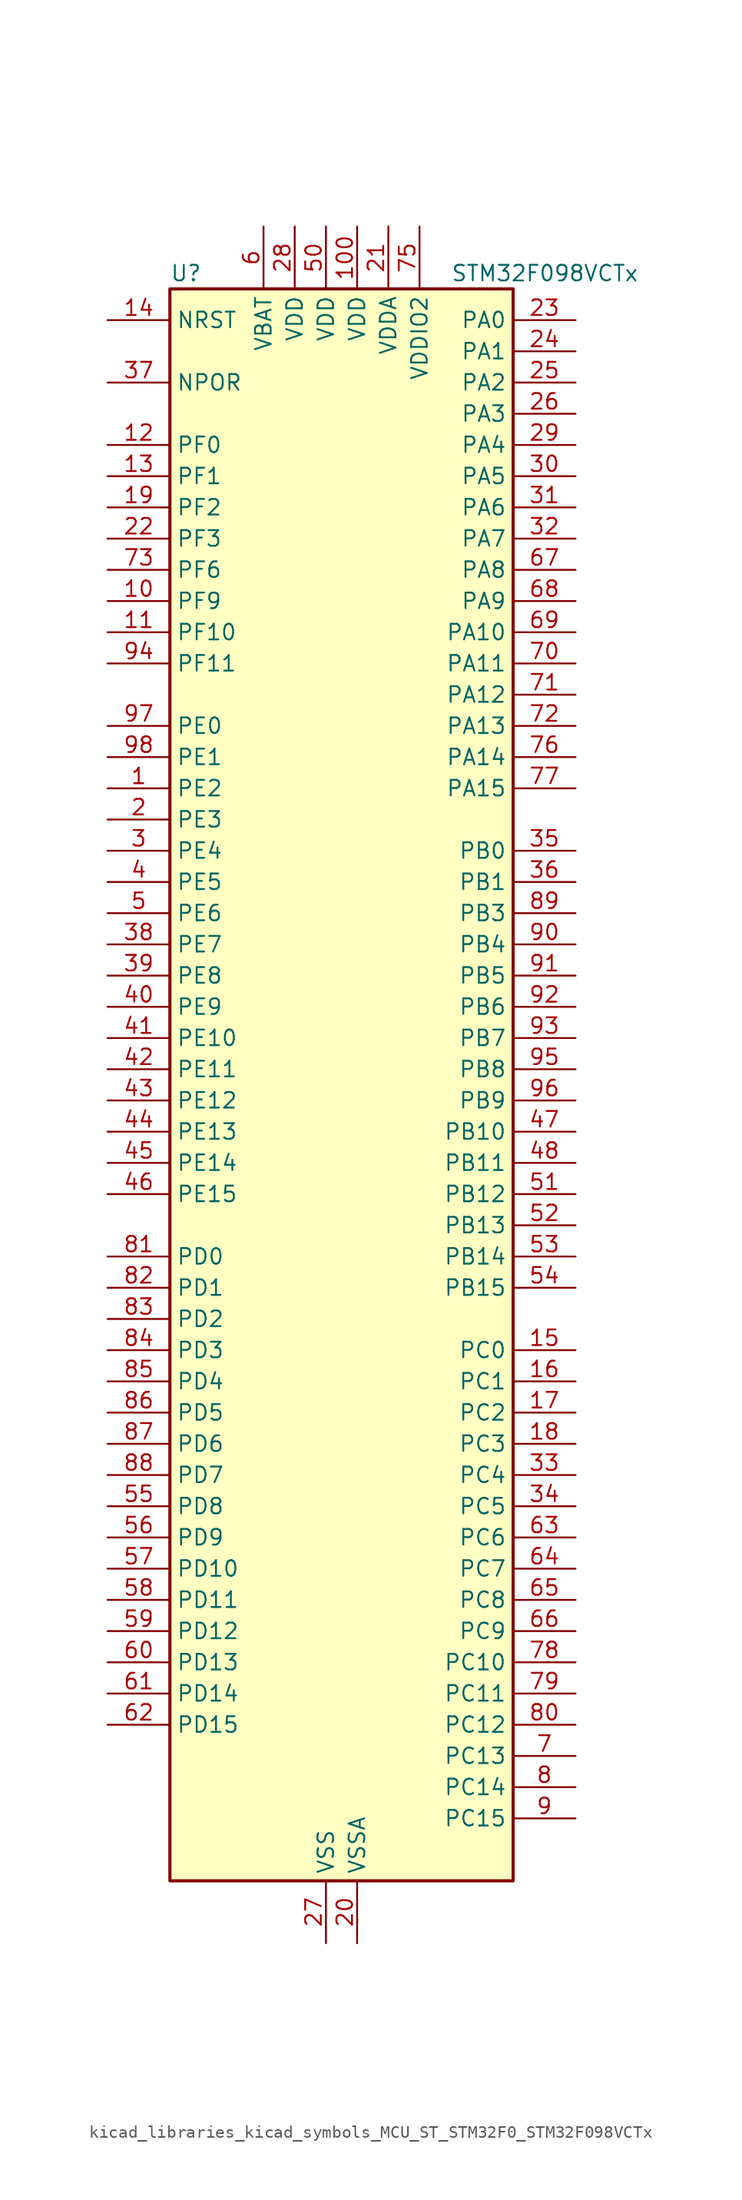
<source format=kicad_sym>
(kicad_symbol_lib
  (version 20220914)
  (generator kicad_symbol_editor)
  (symbol "kicad_libraries_kicad_symbols_MCU_ST_STM32F0_STM32F098VCTx"
    (property "Reference" "U"
      (at -12.7 67.31 0)
      (effects (font (size 1.27 1.27)) (justify left)))
    (property "Value" "STM32F098VCTx"
      (at 10.16 67.31 0)
      (effects (font (size 1.27 1.27)) (justify left)))
    (property "ki_locked" ""
      (at 0 0 0)
      (effects (font (size 1.27 1.27))))
    (symbol "kicad_libraries_kicad_symbols_MCU_ST_STM32F0_STM32F098VCTx_0_1"
      (rectangle (start -12.7 -63.5) (end 15.24 66.04) (stroke (width 0.254) (type default)) (fill (type background))))
    (symbol "kicad_libraries_kicad_symbols_MCU_ST_STM32F0_STM32F098VCTx_1_1"
      (pin bidirectional line (at -17.78 25.4 0) (length 5.08) (name "PE2" (effects (font (size 1.27 1.27)))) (number "1" (effects (font (size 1.27 1.27)))) (alternate "TIM3_ETR" bidirectional line) (alternate "TSC_G7_IO1" bidirectional line))
      (pin bidirectional line (at -17.78 40.64 0) (length 5.08) (name "PF9" (effects (font (size 1.27 1.27)))) (number "10" (effects (font (size 1.27 1.27)))) (alternate "DAC_EXTI9" bidirectional line) (alternate "TIM15_CH1" bidirectional line) (alternate "USART6_TX" bidirectional line))
      (pin power_in line (at 2.54 71.12 270) (length 5.08) (name "VDD" (effects (font (size 1.27 1.27)))) (number "100" (effects (font (size 1.27 1.27)))))
      (pin bidirectional line (at -17.78 38.1 0) (length 5.08) (name "PF10" (effects (font (size 1.27 1.27)))) (number "11" (effects (font (size 1.27 1.27)))) (alternate "TIM15_CH2" bidirectional line) (alternate "USART6_RX" bidirectional line))
      (pin bidirectional line (at -17.78 53.34 0) (length 5.08) (name "PF0" (effects (font (size 1.27 1.27)))) (number "12" (effects (font (size 1.27 1.27)))) (alternate "CRS_SYNC" bidirectional line) (alternate "I2C1_SDA" bidirectional line) (alternate "RCC_OSC_IN" bidirectional line))
      (pin bidirectional line (at -17.78 50.8 0) (length 5.08) (name "PF1" (effects (font (size 1.27 1.27)))) (number "13" (effects (font (size 1.27 1.27)))) (alternate "I2C1_SCL" bidirectional line) (alternate "RCC_OSC_OUT" bidirectional line))
      (pin input line (at -17.78 63.5 0) (length 5.08) (name "NRST" (effects (font (size 1.27 1.27)))) (number "14" (effects (font (size 1.27 1.27)))))
      (pin bidirectional line (at 20.32 -20.32 180) (length 5.08) (name "PC0" (effects (font (size 1.27 1.27)))) (number "15" (effects (font (size 1.27 1.27)))) (alternate "ADC_IN10" bidirectional line) (alternate "USART6_TX" bidirectional line) (alternate "USART7_TX" bidirectional line))
      (pin bidirectional line (at 20.32 -22.86 180) (length 5.08) (name "PC1" (effects (font (size 1.27 1.27)))) (number "16" (effects (font (size 1.27 1.27)))) (alternate "ADC_IN11" bidirectional line) (alternate "USART6_RX" bidirectional line) (alternate "USART7_RX" bidirectional line))
      (pin bidirectional line (at 20.32 -25.4 180) (length 5.08) (name "PC2" (effects (font (size 1.27 1.27)))) (number "17" (effects (font (size 1.27 1.27)))) (alternate "ADC_IN12" bidirectional line) (alternate "I2S2_MCK" bidirectional line) (alternate "SPI2_MISO" bidirectional line) (alternate "USART8_TX" bidirectional line))
      (pin bidirectional line (at 20.32 -27.94 180) (length 5.08) (name "PC3" (effects (font (size 1.27 1.27)))) (number "18" (effects (font (size 1.27 1.27)))) (alternate "ADC_IN13" bidirectional line) (alternate "I2S2_SD" bidirectional line) (alternate "SPI2_MOSI" bidirectional line) (alternate "USART8_RX" bidirectional line))
      (pin bidirectional line (at -17.78 48.26 0) (length 5.08) (name "PF2" (effects (font (size 1.27 1.27)))) (number "19" (effects (font (size 1.27 1.27)))) (alternate "SYS_WKUP8" bidirectional line) (alternate "USART7_CK" bidirectional line) (alternate "USART7_DE" bidirectional line) (alternate "USART7_RTS" bidirectional line) (alternate "USART7_TX" bidirectional line))
      (pin bidirectional line (at -17.78 22.86 0) (length 5.08) (name "PE3" (effects (font (size 1.27 1.27)))) (number "2" (effects (font (size 1.27 1.27)))) (alternate "TIM3_CH1" bidirectional line) (alternate "TSC_G7_IO2" bidirectional line))
      (pin power_in line (at 2.54 -68.58 90) (length 5.08) (name "VSSA" (effects (font (size 1.27 1.27)))) (number "20" (effects (font (size 1.27 1.27)))))
      (pin power_in line (at 5.08 71.12 270) (length 5.08) (name "VDDA" (effects (font (size 1.27 1.27)))) (number "21" (effects (font (size 1.27 1.27)))))
      (pin bidirectional line (at -17.78 45.72 0) (length 5.08) (name "PF3" (effects (font (size 1.27 1.27)))) (number "22" (effects (font (size 1.27 1.27)))) (alternate "USART6_CK" bidirectional line) (alternate "USART6_DE" bidirectional line) (alternate "USART6_RTS" bidirectional line) (alternate "USART7_RX" bidirectional line))
      (pin bidirectional line (at 20.32 63.5 180) (length 5.08) (name "PA0" (effects (font (size 1.27 1.27)))) (number "23" (effects (font (size 1.27 1.27)))) (alternate "ADC_IN0" bidirectional line) (alternate "COMP1_INM" bidirectional line) (alternate "COMP1_OUT" bidirectional line) (alternate "RTC_TAMP2" bidirectional line) (alternate "SYS_WKUP1" bidirectional line) (alternate "TIM2_CH1" bidirectional line) (alternate "TIM2_ETR" bidirectional line) (alternate "TSC_G1_IO1" bidirectional line) (alternate "USART2_CTS" bidirectional line) (alternate "USART4_TX" bidirectional line))
      (pin bidirectional line (at 20.32 60.96 180) (length 5.08) (name "PA1" (effects (font (size 1.27 1.27)))) (number "24" (effects (font (size 1.27 1.27)))) (alternate "ADC_IN1" bidirectional line) (alternate "COMP1_INP" bidirectional line) (alternate "TIM15_CH1N" bidirectional line) (alternate "TIM2_CH2" bidirectional line) (alternate "TSC_G1_IO2" bidirectional line) (alternate "USART2_DE" bidirectional line) (alternate "USART2_RTS" bidirectional line) (alternate "USART4_RX" bidirectional line))
      (pin bidirectional line (at 20.32 58.42 180) (length 5.08) (name "PA2" (effects (font (size 1.27 1.27)))) (number "25" (effects (font (size 1.27 1.27)))) (alternate "ADC_IN2" bidirectional line) (alternate "COMP2_INM" bidirectional line) (alternate "COMP2_OUT" bidirectional line) (alternate "SYS_WKUP4" bidirectional line) (alternate "TIM15_CH1" bidirectional line) (alternate "TIM2_CH3" bidirectional line) (alternate "TSC_G1_IO3" bidirectional line) (alternate "USART2_TX" bidirectional line))
      (pin bidirectional line (at 20.32 55.88 180) (length 5.08) (name "PA3" (effects (font (size 1.27 1.27)))) (number "26" (effects (font (size 1.27 1.27)))) (alternate "ADC_IN3" bidirectional line) (alternate "COMP2_INP" bidirectional line) (alternate "TIM15_CH2" bidirectional line) (alternate "TIM2_CH4" bidirectional line) (alternate "TSC_G1_IO4" bidirectional line) (alternate "USART2_RX" bidirectional line))
      (pin power_in line (at 0 -68.58 90) (length 5.08) (name "VSS" (effects (font (size 1.27 1.27)))) (number "27" (effects (font (size 1.27 1.27)))))
      (pin power_in line (at -2.54 71.12 270) (length 5.08) (name "VDD" (effects (font (size 1.27 1.27)))) (number "28" (effects (font (size 1.27 1.27)))))
      (pin bidirectional line (at 20.32 53.34 180) (length 5.08) (name "PA4" (effects (font (size 1.27 1.27)))) (number "29" (effects (font (size 1.27 1.27)))) (alternate "ADC_IN4" bidirectional line) (alternate "COMP1_INM" bidirectional line) (alternate "COMP2_INM" bidirectional line) (alternate "DAC_OUT1" bidirectional line) (alternate "I2S1_WS" bidirectional line) (alternate "SPI1_NSS" bidirectional line) (alternate "TIM14_CH1" bidirectional line) (alternate "TSC_G2_IO1" bidirectional line) (alternate "USART2_CK" bidirectional line) (alternate "USART6_TX" bidirectional line))
      (pin bidirectional line (at -17.78 20.32 0) (length 5.08) (name "PE4" (effects (font (size 1.27 1.27)))) (number "3" (effects (font (size 1.27 1.27)))) (alternate "TIM3_CH2" bidirectional line) (alternate "TSC_G7_IO3" bidirectional line))
      (pin bidirectional line (at 20.32 50.8 180) (length 5.08) (name "PA5" (effects (font (size 1.27 1.27)))) (number "30" (effects (font (size 1.27 1.27)))) (alternate "ADC_IN5" bidirectional line) (alternate "CEC" bidirectional line) (alternate "COMP1_INM" bidirectional line) (alternate "COMP2_INM" bidirectional line) (alternate "DAC_OUT2" bidirectional line) (alternate "I2S1_CK" bidirectional line) (alternate "SPI1_SCK" bidirectional line) (alternate "TIM2_CH1" bidirectional line) (alternate "TIM2_ETR" bidirectional line) (alternate "TSC_G2_IO2" bidirectional line) (alternate "USART6_RX" bidirectional line))
      (pin bidirectional line (at 20.32 48.26 180) (length 5.08) (name "PA6" (effects (font (size 1.27 1.27)))) (number "31" (effects (font (size 1.27 1.27)))) (alternate "ADC_IN6" bidirectional line) (alternate "COMP1_OUT" bidirectional line) (alternate "I2S1_MCK" bidirectional line) (alternate "SPI1_MISO" bidirectional line) (alternate "TIM16_CH1" bidirectional line) (alternate "TIM1_BKIN" bidirectional line) (alternate "TIM3_CH1" bidirectional line) (alternate "TSC_G2_IO3" bidirectional line) (alternate "USART3_CTS" bidirectional line))
      (pin bidirectional line (at 20.32 45.72 180) (length 5.08) (name "PA7" (effects (font (size 1.27 1.27)))) (number "32" (effects (font (size 1.27 1.27)))) (alternate "ADC_IN7" bidirectional line) (alternate "COMP2_OUT" bidirectional line) (alternate "I2S1_SD" bidirectional line) (alternate "SPI1_MOSI" bidirectional line) (alternate "TIM14_CH1" bidirectional line) (alternate "TIM17_CH1" bidirectional line) (alternate "TIM1_CH1N" bidirectional line) (alternate "TIM3_CH2" bidirectional line) (alternate "TSC_G2_IO4" bidirectional line))
      (pin bidirectional line (at 20.32 -30.48 180) (length 5.08) (name "PC4" (effects (font (size 1.27 1.27)))) (number "33" (effects (font (size 1.27 1.27)))) (alternate "ADC_IN14" bidirectional line) (alternate "USART3_TX" bidirectional line))
      (pin bidirectional line (at 20.32 -33.02 180) (length 5.08) (name "PC5" (effects (font (size 1.27 1.27)))) (number "34" (effects (font (size 1.27 1.27)))) (alternate "ADC_IN15" bidirectional line) (alternate "SYS_WKUP5" bidirectional line) (alternate "TSC_G3_IO1" bidirectional line) (alternate "USART3_RX" bidirectional line))
      (pin bidirectional line (at 20.32 20.32 180) (length 5.08) (name "PB0" (effects (font (size 1.27 1.27)))) (number "35" (effects (font (size 1.27 1.27)))) (alternate "ADC_IN8" bidirectional line) (alternate "TIM1_CH2N" bidirectional line) (alternate "TIM3_CH3" bidirectional line) (alternate "TSC_G3_IO2" bidirectional line) (alternate "USART3_CK" bidirectional line))
      (pin bidirectional line (at 20.32 17.78 180) (length 5.08) (name "PB1" (effects (font (size 1.27 1.27)))) (number "36" (effects (font (size 1.27 1.27)))) (alternate "ADC_IN9" bidirectional line) (alternate "TIM14_CH1" bidirectional line) (alternate "TIM1_CH3N" bidirectional line) (alternate "TIM3_CH4" bidirectional line) (alternate "TSC_G3_IO3" bidirectional line) (alternate "USART3_DE" bidirectional line) (alternate "USART3_RTS" bidirectional line))
      (pin input line (at -17.78 58.42 0) (length 5.08) (name "NPOR" (effects (font (size 1.27 1.27)))) (number "37" (effects (font (size 1.27 1.27)))))
      (pin bidirectional line (at -17.78 12.7 0) (length 5.08) (name "PE7" (effects (font (size 1.27 1.27)))) (number "38" (effects (font (size 1.27 1.27)))) (alternate "TIM1_ETR" bidirectional line) (alternate "USART5_CK" bidirectional line) (alternate "USART5_DE" bidirectional line) (alternate "USART5_RTS" bidirectional line))
      (pin bidirectional line (at -17.78 10.16 0) (length 5.08) (name "PE8" (effects (font (size 1.27 1.27)))) (number "39" (effects (font (size 1.27 1.27)))) (alternate "TIM1_CH1N" bidirectional line) (alternate "USART4_TX" bidirectional line))
      (pin bidirectional line (at -17.78 17.78 0) (length 5.08) (name "PE5" (effects (font (size 1.27 1.27)))) (number "4" (effects (font (size 1.27 1.27)))) (alternate "TIM3_CH3" bidirectional line) (alternate "TSC_G7_IO4" bidirectional line))
      (pin bidirectional line (at -17.78 7.62 0) (length 5.08) (name "PE9" (effects (font (size 1.27 1.27)))) (number "40" (effects (font (size 1.27 1.27)))) (alternate "DAC_EXTI9" bidirectional line) (alternate "TIM1_CH1" bidirectional line) (alternate "USART4_RX" bidirectional line))
      (pin bidirectional line (at -17.78 5.08 0) (length 5.08) (name "PE10" (effects (font (size 1.27 1.27)))) (number "41" (effects (font (size 1.27 1.27)))) (alternate "TIM1_CH2N" bidirectional line) (alternate "USART5_TX" bidirectional line))
      (pin bidirectional line (at -17.78 2.54 0) (length 5.08) (name "PE11" (effects (font (size 1.27 1.27)))) (number "42" (effects (font (size 1.27 1.27)))) (alternate "TIM1_CH2" bidirectional line) (alternate "USART5_RX" bidirectional line))
      (pin bidirectional line (at -17.78 0 0) (length 5.08) (name "PE12" (effects (font (size 1.27 1.27)))) (number "43" (effects (font (size 1.27 1.27)))) (alternate "I2S1_WS" bidirectional line) (alternate "SPI1_NSS" bidirectional line) (alternate "TIM1_CH3N" bidirectional line))
      (pin bidirectional line (at -17.78 -2.54 0) (length 5.08) (name "PE13" (effects (font (size 1.27 1.27)))) (number "44" (effects (font (size 1.27 1.27)))) (alternate "I2S1_CK" bidirectional line) (alternate "SPI1_SCK" bidirectional line) (alternate "TIM1_CH3" bidirectional line))
      (pin bidirectional line (at -17.78 -5.08 0) (length 5.08) (name "PE14" (effects (font (size 1.27 1.27)))) (number "45" (effects (font (size 1.27 1.27)))) (alternate "I2S1_MCK" bidirectional line) (alternate "SPI1_MISO" bidirectional line) (alternate "TIM1_CH4" bidirectional line))
      (pin bidirectional line (at -17.78 -7.62 0) (length 5.08) (name "PE15" (effects (font (size 1.27 1.27)))) (number "46" (effects (font (size 1.27 1.27)))) (alternate "I2S1_SD" bidirectional line) (alternate "SPI1_MOSI" bidirectional line) (alternate "TIM1_BKIN" bidirectional line))
      (pin bidirectional line (at 20.32 -2.54 180) (length 5.08) (name "PB10" (effects (font (size 1.27 1.27)))) (number "47" (effects (font (size 1.27 1.27)))) (alternate "CEC" bidirectional line) (alternate "I2C2_SCL" bidirectional line) (alternate "I2S2_CK" bidirectional line) (alternate "SPI2_SCK" bidirectional line) (alternate "TIM2_CH3" bidirectional line) (alternate "TSC_SYNC" bidirectional line) (alternate "USART3_TX" bidirectional line))
      (pin bidirectional line (at 20.32 -5.08 180) (length 5.08) (name "PB11" (effects (font (size 1.27 1.27)))) (number "48" (effects (font (size 1.27 1.27)))) (alternate "I2C2_SDA" bidirectional line) (alternate "TIM2_CH4" bidirectional line) (alternate "TSC_G6_IO1" bidirectional line) (alternate "USART3_RX" bidirectional line))
      (pin passive line (at 0 -68.58 90) (length 5.08) hide (name "VSS" (effects (font (size 1.27 1.27)))) (number "49" (effects (font (size 1.27 1.27)))))
      (pin bidirectional line (at -17.78 15.24 0) (length 5.08) (name "PE6" (effects (font (size 1.27 1.27)))) (number "5" (effects (font (size 1.27 1.27)))) (alternate "RTC_TAMP3" bidirectional line) (alternate "SYS_WKUP3" bidirectional line) (alternate "TIM3_CH4" bidirectional line))
      (pin power_in line (at 0 71.12 270) (length 5.08) (name "VDD" (effects (font (size 1.27 1.27)))) (number "50" (effects (font (size 1.27 1.27)))))
      (pin bidirectional line (at 20.32 -7.62 180) (length 5.08) (name "PB12" (effects (font (size 1.27 1.27)))) (number "51" (effects (font (size 1.27 1.27)))) (alternate "I2S2_WS" bidirectional line) (alternate "SPI2_NSS" bidirectional line) (alternate "TIM15_BKIN" bidirectional line) (alternate "TIM1_BKIN" bidirectional line) (alternate "TSC_G6_IO2" bidirectional line) (alternate "USART3_CK" bidirectional line))
      (pin bidirectional line (at 20.32 -10.16 180) (length 5.08) (name "PB13" (effects (font (size 1.27 1.27)))) (number "52" (effects (font (size 1.27 1.27)))) (alternate "I2C2_SCL" bidirectional line) (alternate "I2S2_CK" bidirectional line) (alternate "SPI2_SCK" bidirectional line) (alternate "TIM1_CH1N" bidirectional line) (alternate "TSC_G6_IO3" bidirectional line) (alternate "USART3_CTS" bidirectional line))
      (pin bidirectional line (at 20.32 -12.7 180) (length 5.08) (name "PB14" (effects (font (size 1.27 1.27)))) (number "53" (effects (font (size 1.27 1.27)))) (alternate "I2C2_SDA" bidirectional line) (alternate "I2S2_MCK" bidirectional line) (alternate "SPI2_MISO" bidirectional line) (alternate "TIM15_CH1" bidirectional line) (alternate "TIM1_CH2N" bidirectional line) (alternate "TSC_G6_IO4" bidirectional line) (alternate "USART3_DE" bidirectional line) (alternate "USART3_RTS" bidirectional line))
      (pin bidirectional line (at 20.32 -15.24 180) (length 5.08) (name "PB15" (effects (font (size 1.27 1.27)))) (number "54" (effects (font (size 1.27 1.27)))) (alternate "I2S2_SD" bidirectional line) (alternate "RTC_REFIN" bidirectional line) (alternate "SPI2_MOSI" bidirectional line) (alternate "SYS_WKUP7" bidirectional line) (alternate "TIM15_CH1N" bidirectional line) (alternate "TIM15_CH2" bidirectional line) (alternate "TIM1_CH3N" bidirectional line))
      (pin bidirectional line (at -17.78 -33.02 0) (length 5.08) (name "PD8" (effects (font (size 1.27 1.27)))) (number "55" (effects (font (size 1.27 1.27)))) (alternate "USART3_TX" bidirectional line))
      (pin bidirectional line (at -17.78 -35.56 0) (length 5.08) (name "PD9" (effects (font (size 1.27 1.27)))) (number "56" (effects (font (size 1.27 1.27)))) (alternate "DAC_EXTI9" bidirectional line) (alternate "USART3_RX" bidirectional line))
      (pin bidirectional line (at -17.78 -38.1 0) (length 5.08) (name "PD10" (effects (font (size 1.27 1.27)))) (number "57" (effects (font (size 1.27 1.27)))) (alternate "USART3_CK" bidirectional line))
      (pin bidirectional line (at -17.78 -40.64 0) (length 5.08) (name "PD11" (effects (font (size 1.27 1.27)))) (number "58" (effects (font (size 1.27 1.27)))) (alternate "USART3_CTS" bidirectional line))
      (pin bidirectional line (at -17.78 -43.18 0) (length 5.08) (name "PD12" (effects (font (size 1.27 1.27)))) (number "59" (effects (font (size 1.27 1.27)))) (alternate "TSC_G8_IO1" bidirectional line) (alternate "USART3_DE" bidirectional line) (alternate "USART3_RTS" bidirectional line) (alternate "USART8_CK" bidirectional line) (alternate "USART8_DE" bidirectional line) (alternate "USART8_RTS" bidirectional line))
      (pin power_in line (at -5.08 71.12 270) (length 5.08) (name "VBAT" (effects (font (size 1.27 1.27)))) (number "6" (effects (font (size 1.27 1.27)))))
      (pin bidirectional line (at -17.78 -45.72 0) (length 5.08) (name "PD13" (effects (font (size 1.27 1.27)))) (number "60" (effects (font (size 1.27 1.27)))) (alternate "TSC_G8_IO2" bidirectional line) (alternate "USART8_TX" bidirectional line))
      (pin bidirectional line (at -17.78 -48.26 0) (length 5.08) (name "PD14" (effects (font (size 1.27 1.27)))) (number "61" (effects (font (size 1.27 1.27)))) (alternate "TSC_G8_IO3" bidirectional line) (alternate "USART8_RX" bidirectional line))
      (pin bidirectional line (at -17.78 -50.8 0) (length 5.08) (name "PD15" (effects (font (size 1.27 1.27)))) (number "62" (effects (font (size 1.27 1.27)))) (alternate "CRS_SYNC" bidirectional line) (alternate "TSC_G8_IO4" bidirectional line) (alternate "USART7_CK" bidirectional line) (alternate "USART7_DE" bidirectional line) (alternate "USART7_RTS" bidirectional line))
      (pin bidirectional line (at 20.32 -35.56 180) (length 5.08) (name "PC6" (effects (font (size 1.27 1.27)))) (number "63" (effects (font (size 1.27 1.27)))) (alternate "TIM3_CH1" bidirectional line) (alternate "USART7_TX" bidirectional line))
      (pin bidirectional line (at 20.32 -38.1 180) (length 5.08) (name "PC7" (effects (font (size 1.27 1.27)))) (number "64" (effects (font (size 1.27 1.27)))) (alternate "TIM3_CH2" bidirectional line) (alternate "USART7_RX" bidirectional line))
      (pin bidirectional line (at 20.32 -40.64 180) (length 5.08) (name "PC8" (effects (font (size 1.27 1.27)))) (number "65" (effects (font (size 1.27 1.27)))) (alternate "TIM3_CH3" bidirectional line) (alternate "USART8_TX" bidirectional line))
      (pin bidirectional line (at 20.32 -43.18 180) (length 5.08) (name "PC9" (effects (font (size 1.27 1.27)))) (number "66" (effects (font (size 1.27 1.27)))) (alternate "DAC_EXTI9" bidirectional line) (alternate "TIM3_CH4" bidirectional line) (alternate "USART8_RX" bidirectional line))
      (pin bidirectional line (at 20.32 43.18 180) (length 5.08) (name "PA8" (effects (font (size 1.27 1.27)))) (number "67" (effects (font (size 1.27 1.27)))) (alternate "CRS_SYNC" bidirectional line) (alternate "RCC_MCO" bidirectional line) (alternate "TIM1_CH1" bidirectional line) (alternate "USART1_CK" bidirectional line))
      (pin bidirectional line (at 20.32 40.64 180) (length 5.08) (name "PA9" (effects (font (size 1.27 1.27)))) (number "68" (effects (font (size 1.27 1.27)))) (alternate "DAC_EXTI9" bidirectional line) (alternate "I2C1_SCL" bidirectional line) (alternate "RCC_MCO" bidirectional line) (alternate "TIM15_BKIN" bidirectional line) (alternate "TIM1_CH2" bidirectional line) (alternate "TSC_G4_IO1" bidirectional line) (alternate "USART1_TX" bidirectional line))
      (pin bidirectional line (at 20.32 38.1 180) (length 5.08) (name "PA10" (effects (font (size 1.27 1.27)))) (number "69" (effects (font (size 1.27 1.27)))) (alternate "I2C1_SDA" bidirectional line) (alternate "TIM17_BKIN" bidirectional line) (alternate "TIM1_CH3" bidirectional line) (alternate "TSC_G4_IO2" bidirectional line) (alternate "USART1_RX" bidirectional line))
      (pin bidirectional line (at 20.32 -53.34 180) (length 5.08) (name "PC13" (effects (font (size 1.27 1.27)))) (number "7" (effects (font (size 1.27 1.27)))) (alternate "RTC_OUT_ALARM" bidirectional line) (alternate "RTC_OUT_CALIB" bidirectional line) (alternate "RTC_TAMP1" bidirectional line) (alternate "RTC_TS" bidirectional line) (alternate "SYS_WKUP2" bidirectional line))
      (pin bidirectional line (at 20.32 35.56 180) (length 5.08) (name "PA11" (effects (font (size 1.27 1.27)))) (number "70" (effects (font (size 1.27 1.27)))) (alternate "CAN_RX" bidirectional line) (alternate "COMP1_OUT" bidirectional line) (alternate "I2C2_SCL" bidirectional line) (alternate "TIM1_CH4" bidirectional line) (alternate "TSC_G4_IO3" bidirectional line) (alternate "USART1_CTS" bidirectional line))
      (pin bidirectional line (at 20.32 33.02 180) (length 5.08) (name "PA12" (effects (font (size 1.27 1.27)))) (number "71" (effects (font (size 1.27 1.27)))) (alternate "CAN_TX" bidirectional line) (alternate "COMP2_OUT" bidirectional line) (alternate "I2C2_SDA" bidirectional line) (alternate "TIM1_ETR" bidirectional line) (alternate "TSC_G4_IO4" bidirectional line) (alternate "USART1_DE" bidirectional line) (alternate "USART1_RTS" bidirectional line))
      (pin bidirectional line (at 20.32 30.48 180) (length 5.08) (name "PA13" (effects (font (size 1.27 1.27)))) (number "72" (effects (font (size 1.27 1.27)))) (alternate "IR_OUT" bidirectional line) (alternate "SYS_SWDIO" bidirectional line))
      (pin bidirectional line (at -17.78 43.18 0) (length 5.08) (name "PF6" (effects (font (size 1.27 1.27)))) (number "73" (effects (font (size 1.27 1.27)))))
      (pin passive line (at 0 -68.58 90) (length 5.08) hide (name "VSS" (effects (font (size 1.27 1.27)))) (number "74" (effects (font (size 1.27 1.27)))))
      (pin power_in line (at 7.62 71.12 270) (length 5.08) (name "VDDIO2" (effects (font (size 1.27 1.27)))) (number "75" (effects (font (size 1.27 1.27)))))
      (pin bidirectional line (at 20.32 27.94 180) (length 5.08) (name "PA14" (effects (font (size 1.27 1.27)))) (number "76" (effects (font (size 1.27 1.27)))) (alternate "SYS_SWCLK" bidirectional line) (alternate "USART2_TX" bidirectional line))
      (pin bidirectional line (at 20.32 25.4 180) (length 5.08) (name "PA15" (effects (font (size 1.27 1.27)))) (number "77" (effects (font (size 1.27 1.27)))) (alternate "I2S1_WS" bidirectional line) (alternate "SPI1_NSS" bidirectional line) (alternate "TIM2_CH1" bidirectional line) (alternate "TIM2_ETR" bidirectional line) (alternate "USART2_RX" bidirectional line) (alternate "USART4_DE" bidirectional line) (alternate "USART4_RTS" bidirectional line))
      (pin bidirectional line (at 20.32 -45.72 180) (length 5.08) (name "PC10" (effects (font (size 1.27 1.27)))) (number "78" (effects (font (size 1.27 1.27)))) (alternate "USART3_TX" bidirectional line) (alternate "USART4_TX" bidirectional line))
      (pin bidirectional line (at 20.32 -48.26 180) (length 5.08) (name "PC11" (effects (font (size 1.27 1.27)))) (number "79" (effects (font (size 1.27 1.27)))) (alternate "USART3_RX" bidirectional line) (alternate "USART4_RX" bidirectional line))
      (pin bidirectional line (at 20.32 -55.88 180) (length 5.08) (name "PC14" (effects (font (size 1.27 1.27)))) (number "8" (effects (font (size 1.27 1.27)))) (alternate "RCC_OSC32_IN" bidirectional line))
      (pin bidirectional line (at 20.32 -50.8 180) (length 5.08) (name "PC12" (effects (font (size 1.27 1.27)))) (number "80" (effects (font (size 1.27 1.27)))) (alternate "USART3_CK" bidirectional line) (alternate "USART4_CK" bidirectional line) (alternate "USART5_TX" bidirectional line))
      (pin bidirectional line (at -17.78 -12.7 0) (length 5.08) (name "PD0" (effects (font (size 1.27 1.27)))) (number "81" (effects (font (size 1.27 1.27)))) (alternate "CAN_RX" bidirectional line) (alternate "I2S2_WS" bidirectional line) (alternate "SPI2_NSS" bidirectional line))
      (pin bidirectional line (at -17.78 -15.24 0) (length 5.08) (name "PD1" (effects (font (size 1.27 1.27)))) (number "82" (effects (font (size 1.27 1.27)))) (alternate "CAN_TX" bidirectional line) (alternate "I2S2_CK" bidirectional line) (alternate "SPI2_SCK" bidirectional line))
      (pin bidirectional line (at -17.78 -17.78 0) (length 5.08) (name "PD2" (effects (font (size 1.27 1.27)))) (number "83" (effects (font (size 1.27 1.27)))) (alternate "TIM3_ETR" bidirectional line) (alternate "USART3_DE" bidirectional line) (alternate "USART3_RTS" bidirectional line) (alternate "USART5_RX" bidirectional line))
      (pin bidirectional line (at -17.78 -20.32 0) (length 5.08) (name "PD3" (effects (font (size 1.27 1.27)))) (number "84" (effects (font (size 1.27 1.27)))) (alternate "I2S2_MCK" bidirectional line) (alternate "SPI2_MISO" bidirectional line) (alternate "USART2_CTS" bidirectional line))
      (pin bidirectional line (at -17.78 -22.86 0) (length 5.08) (name "PD4" (effects (font (size 1.27 1.27)))) (number "85" (effects (font (size 1.27 1.27)))) (alternate "I2S2_SD" bidirectional line) (alternate "SPI2_MOSI" bidirectional line) (alternate "USART2_DE" bidirectional line) (alternate "USART2_RTS" bidirectional line))
      (pin bidirectional line (at -17.78 -25.4 0) (length 5.08) (name "PD5" (effects (font (size 1.27 1.27)))) (number "86" (effects (font (size 1.27 1.27)))) (alternate "USART2_TX" bidirectional line))
      (pin bidirectional line (at -17.78 -27.94 0) (length 5.08) (name "PD6" (effects (font (size 1.27 1.27)))) (number "87" (effects (font (size 1.27 1.27)))) (alternate "USART2_RX" bidirectional line))
      (pin bidirectional line (at -17.78 -30.48 0) (length 5.08) (name "PD7" (effects (font (size 1.27 1.27)))) (number "88" (effects (font (size 1.27 1.27)))) (alternate "USART2_CK" bidirectional line))
      (pin bidirectional line (at 20.32 15.24 180) (length 5.08) (name "PB3" (effects (font (size 1.27 1.27)))) (number "89" (effects (font (size 1.27 1.27)))) (alternate "I2S1_CK" bidirectional line) (alternate "SPI1_SCK" bidirectional line) (alternate "TIM2_CH2" bidirectional line) (alternate "TSC_G5_IO1" bidirectional line) (alternate "USART5_TX" bidirectional line))
      (pin bidirectional line (at 20.32 -58.42 180) (length 5.08) (name "PC15" (effects (font (size 1.27 1.27)))) (number "9" (effects (font (size 1.27 1.27)))) (alternate "RCC_OSC32_OUT" bidirectional line))
      (pin bidirectional line (at 20.32 12.7 180) (length 5.08) (name "PB4" (effects (font (size 1.27 1.27)))) (number "90" (effects (font (size 1.27 1.27)))) (alternate "I2S1_MCK" bidirectional line) (alternate "SPI1_MISO" bidirectional line) (alternate "TIM17_BKIN" bidirectional line) (alternate "TIM3_CH1" bidirectional line) (alternate "TSC_G5_IO2" bidirectional line) (alternate "USART5_RX" bidirectional line))
      (pin bidirectional line (at 20.32 10.16 180) (length 5.08) (name "PB5" (effects (font (size 1.27 1.27)))) (number "91" (effects (font (size 1.27 1.27)))) (alternate "I2C1_SMBA" bidirectional line) (alternate "I2S1_SD" bidirectional line) (alternate "SPI1_MOSI" bidirectional line) (alternate "SYS_WKUP6" bidirectional line) (alternate "TIM16_BKIN" bidirectional line) (alternate "TIM3_CH2" bidirectional line) (alternate "USART5_CK" bidirectional line) (alternate "USART5_DE" bidirectional line) (alternate "USART5_RTS" bidirectional line))
      (pin bidirectional line (at 20.32 7.62 180) (length 5.08) (name "PB6" (effects (font (size 1.27 1.27)))) (number "92" (effects (font (size 1.27 1.27)))) (alternate "I2C1_SCL" bidirectional line) (alternate "TIM16_CH1N" bidirectional line) (alternate "TSC_G5_IO3" bidirectional line) (alternate "USART1_TX" bidirectional line))
      (pin bidirectional line (at 20.32 5.08 180) (length 5.08) (name "PB7" (effects (font (size 1.27 1.27)))) (number "93" (effects (font (size 1.27 1.27)))) (alternate "I2C1_SDA" bidirectional line) (alternate "TIM17_CH1N" bidirectional line) (alternate "TSC_G5_IO4" bidirectional line) (alternate "USART1_RX" bidirectional line) (alternate "USART4_CTS" bidirectional line))
      (pin bidirectional line (at -17.78 35.56 0) (length 5.08) (name "PF11" (effects (font (size 1.27 1.27)))) (number "94" (effects (font (size 1.27 1.27)))))
      (pin bidirectional line (at 20.32 2.54 180) (length 5.08) (name "PB8" (effects (font (size 1.27 1.27)))) (number "95" (effects (font (size 1.27 1.27)))) (alternate "CAN_RX" bidirectional line) (alternate "CEC" bidirectional line) (alternate "I2C1_SCL" bidirectional line) (alternate "TIM16_CH1" bidirectional line) (alternate "TSC_SYNC" bidirectional line))
      (pin bidirectional line (at 20.32 0 180) (length 5.08) (name "PB9" (effects (font (size 1.27 1.27)))) (number "96" (effects (font (size 1.27 1.27)))) (alternate "CAN_TX" bidirectional line) (alternate "DAC_EXTI9" bidirectional line) (alternate "I2C1_SDA" bidirectional line) (alternate "I2S2_WS" bidirectional line) (alternate "IR_OUT" bidirectional line) (alternate "SPI2_NSS" bidirectional line) (alternate "TIM17_CH1" bidirectional line))
      (pin bidirectional line (at -17.78 30.48 0) (length 5.08) (name "PE0" (effects (font (size 1.27 1.27)))) (number "97" (effects (font (size 1.27 1.27)))) (alternate "TIM16_CH1" bidirectional line))
      (pin bidirectional line (at -17.78 27.94 0) (length 5.08) (name "PE1" (effects (font (size 1.27 1.27)))) (number "98" (effects (font (size 1.27 1.27)))) (alternate "TIM17_CH1" bidirectional line))
      (pin passive line (at 0 -68.58 90) (length 5.08) hide (name "VSS" (effects (font (size 1.27 1.27)))) (number "99" (effects (font (size 1.27 1.27))))))))
</source>
